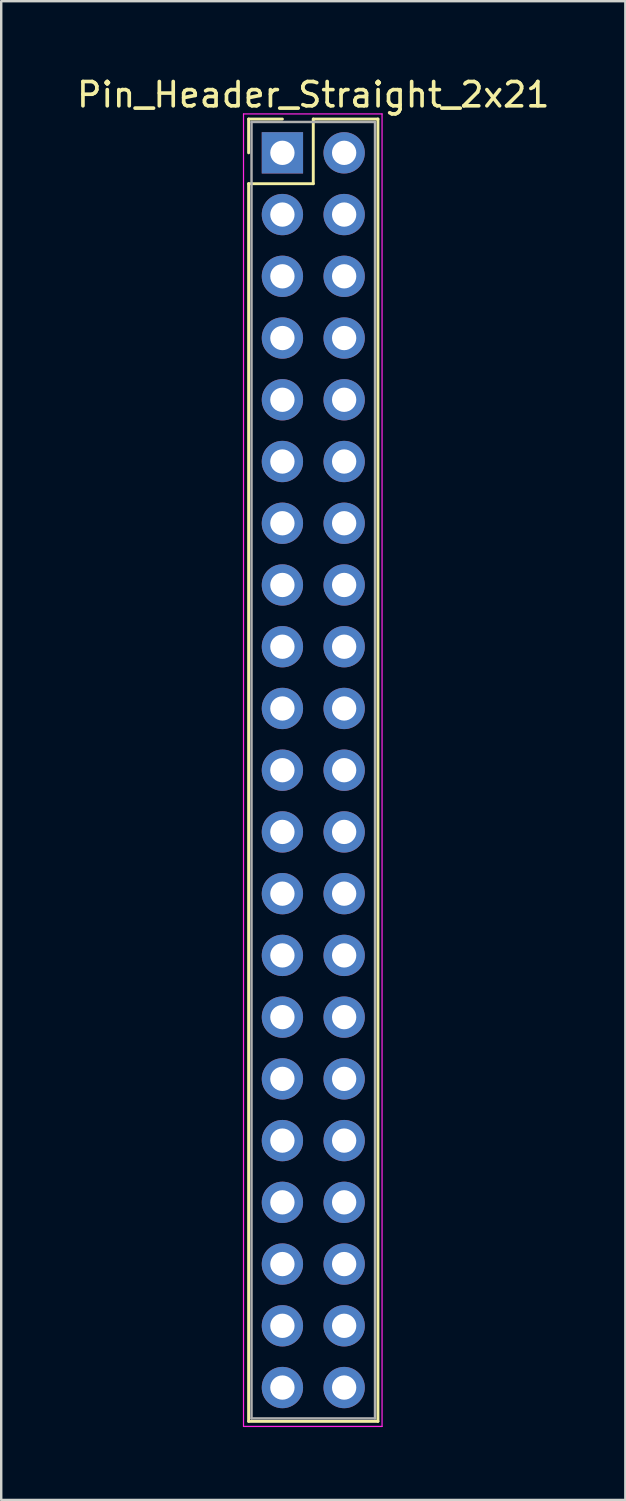
<source format=kicad_pcb>
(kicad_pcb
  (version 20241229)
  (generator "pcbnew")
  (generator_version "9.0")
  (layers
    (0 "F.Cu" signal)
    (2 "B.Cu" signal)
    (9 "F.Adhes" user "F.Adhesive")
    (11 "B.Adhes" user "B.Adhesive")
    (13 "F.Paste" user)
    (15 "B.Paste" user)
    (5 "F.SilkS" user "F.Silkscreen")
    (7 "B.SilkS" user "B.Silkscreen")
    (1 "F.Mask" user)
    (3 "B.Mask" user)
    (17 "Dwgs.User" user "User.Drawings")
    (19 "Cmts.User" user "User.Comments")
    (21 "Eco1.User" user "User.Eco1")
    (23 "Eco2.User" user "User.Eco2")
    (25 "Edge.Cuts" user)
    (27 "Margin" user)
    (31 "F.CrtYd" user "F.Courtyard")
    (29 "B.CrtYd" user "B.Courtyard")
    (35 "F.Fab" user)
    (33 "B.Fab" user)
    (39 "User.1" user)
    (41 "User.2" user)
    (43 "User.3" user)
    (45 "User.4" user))
  (footprint "Pin_Header_Straight_2x21"
    (layer "F.Cu")
    (at 8.569 3.238)
    (property "Reference" "Pin_Header_Straight_2x21" (at 1.27 -2.39 0) (layer "F.SilkS") (effects (font (size 1 1) (thickness 0.15))))
    (attr through_hole)
    (fp_line (start -1.39 -1.39) (end 0 -1.39) (stroke (width 0.12) (type solid)) (layer "F.SilkS"))
    (fp_line (start -1.39 0) (end -1.39 -1.39) (stroke (width 0.12) (type solid)) (layer "F.SilkS"))
    (fp_line (start -1.39 1.27) (end -1.39 52.19) (stroke (width 0.12) (type solid)) (layer "F.SilkS"))
    (fp_line (start -1.39 52.19) (end 3.93 52.19) (stroke (width 0.12) (type solid)) (layer "F.SilkS"))
    (fp_line (start 1.27 -1.39) (end 1.27 1.27) (stroke (width 0.12) (type solid)) (layer "F.SilkS"))
    (fp_line (start 1.27 1.27) (end -1.39 1.27) (stroke (width 0.12) (type solid)) (layer "F.SilkS"))
    (fp_line (start 3.93 -1.39) (end 1.27 -1.39) (stroke (width 0.12) (type solid)) (layer "F.SilkS"))
    (fp_line (start 3.93 52.19) (end 3.93 -1.39) (stroke (width 0.12) (type solid)) (layer "F.SilkS"))
    (fp_line (start -1.6 -1.6) (end -1.6 52.4) (stroke (width 0.05) (type solid)) (layer "F.CrtYd"))
    (fp_line (start -1.6 52.4) (end 4.1 52.4) (stroke (width 0.05) (type solid)) (layer "F.CrtYd"))
    (fp_line (start 4.1 -1.6) (end -1.6 -1.6) (stroke (width 0.05) (type solid)) (layer "F.CrtYd"))
    (fp_line (start 4.1 52.4) (end 4.1 -1.6) (stroke (width 0.05) (type solid)) (layer "F.CrtYd"))
    (fp_line (start -1.27 -1.27) (end -1.27 52.07) (stroke (width 0.1) (type solid)) (layer "F.Fab"))
    (fp_line (start -1.27 52.07) (end 3.81 52.07) (stroke (width 0.1) (type solid)) (layer "F.Fab"))
    (fp_line (start 3.81 -1.27) (end -1.27 -1.27) (stroke (width 0.1) (type solid)) (layer "F.Fab"))
    (fp_line (start 3.81 52.07) (end 3.81 -1.27) (stroke (width 0.1) (type solid)) (layer "F.Fab"))
    (pad "1" thru_hole rect (at 0 0) (size 1.7 1.7) (drill 1) (layers "*.Cu" "*.Mask"))
    (pad "2" thru_hole oval (at 2.54 0) (size 1.7 1.7) (drill 1) (layers "*.Cu" "*.Mask"))
    (pad "3" thru_hole oval (at 0 2.54) (size 1.7 1.7) (drill 1) (layers "*.Cu" "*.Mask"))
    (pad "4" thru_hole oval (at 2.54 2.54) (size 1.7 1.7) (drill 1) (layers "*.Cu" "*.Mask"))
    (pad "5" thru_hole oval (at 0 5.08) (size 1.7 1.7) (drill 1) (layers "*.Cu" "*.Mask"))
    (pad "6" thru_hole oval (at 2.54 5.08) (size 1.7 1.7) (drill 1) (layers "*.Cu" "*.Mask"))
    (pad "7" thru_hole oval (at 0 7.62) (size 1.7 1.7) (drill 1) (layers "*.Cu" "*.Mask"))
    (pad "8" thru_hole oval (at 2.54 7.62) (size 1.7 1.7) (drill 1) (layers "*.Cu" "*.Mask"))
    (pad "9" thru_hole oval (at 0 10.16) (size 1.7 1.7) (drill 1) (layers "*.Cu" "*.Mask"))
    (pad "10" thru_hole oval (at 2.54 10.16) (size 1.7 1.7) (drill 1) (layers "*.Cu" "*.Mask"))
    (pad "11" thru_hole oval (at 0 12.7) (size 1.7 1.7) (drill 1) (layers "*.Cu" "*.Mask"))
    (pad "12" thru_hole oval (at 2.54 12.7) (size 1.7 1.7) (drill 1) (layers "*.Cu" "*.Mask"))
    (pad "13" thru_hole oval (at 0 15.24) (size 1.7 1.7) (drill 1) (layers "*.Cu" "*.Mask"))
    (pad "14" thru_hole oval (at 2.54 15.24) (size 1.7 1.7) (drill 1) (layers "*.Cu" "*.Mask"))
    (pad "15" thru_hole oval (at 0 17.78) (size 1.7 1.7) (drill 1) (layers "*.Cu" "*.Mask"))
    (pad "16" thru_hole oval (at 2.54 17.78) (size 1.7 1.7) (drill 1) (layers "*.Cu" "*.Mask"))
    (pad "17" thru_hole oval (at 0 20.32) (size 1.7 1.7) (drill 1) (layers "*.Cu" "*.Mask"))
    (pad "18" thru_hole oval (at 2.54 20.32) (size 1.7 1.7) (drill 1) (layers "*.Cu" "*.Mask"))
    (pad "19" thru_hole oval (at 0 22.86) (size 1.7 1.7) (drill 1) (layers "*.Cu" "*.Mask"))
    (pad "20" thru_hole oval (at 2.54 22.86) (size 1.7 1.7) (drill 1) (layers "*.Cu" "*.Mask"))
    (pad "21" thru_hole oval (at 0 25.4) (size 1.7 1.7) (drill 1) (layers "*.Cu" "*.Mask"))
    (pad "22" thru_hole oval (at 2.54 25.4) (size 1.7 1.7) (drill 1) (layers "*.Cu" "*.Mask"))
    (pad "23" thru_hole oval (at 0 27.94) (size 1.7 1.7) (drill 1) (layers "*.Cu" "*.Mask"))
    (pad "24" thru_hole oval (at 2.54 27.94) (size 1.7 1.7) (drill 1) (layers "*.Cu" "*.Mask"))
    (pad "25" thru_hole oval (at 0 30.48) (size 1.7 1.7) (drill 1) (layers "*.Cu" "*.Mask"))
    (pad "26" thru_hole oval (at 2.54 30.48) (size 1.7 1.7) (drill 1) (layers "*.Cu" "*.Mask"))
    (pad "27" thru_hole oval (at 0 33.02) (size 1.7 1.7) (drill 1) (layers "*.Cu" "*.Mask"))
    (pad "28" thru_hole oval (at 2.54 33.02) (size 1.7 1.7) (drill 1) (layers "*.Cu" "*.Mask"))
    (pad "29" thru_hole oval (at 0 35.56) (size 1.7 1.7) (drill 1) (layers "*.Cu" "*.Mask"))
    (pad "30" thru_hole oval (at 2.54 35.56) (size 1.7 1.7) (drill 1) (layers "*.Cu" "*.Mask"))
    (pad "31" thru_hole oval (at 0 38.1) (size 1.7 1.7) (drill 1) (layers "*.Cu" "*.Mask"))
    (pad "32" thru_hole oval (at 2.54 38.1) (size 1.7 1.7) (drill 1) (layers "*.Cu" "*.Mask"))
    (pad "33" thru_hole oval (at 0 40.64) (size 1.7 1.7) (drill 1) (layers "*.Cu" "*.Mask"))
    (pad "34" thru_hole oval (at 2.54 40.64) (size 1.7 1.7) (drill 1) (layers "*.Cu" "*.Mask"))
    (pad "35" thru_hole oval (at 0 43.18) (size 1.7 1.7) (drill 1) (layers "*.Cu" "*.Mask"))
    (pad "36" thru_hole oval (at 2.54 43.18) (size 1.7 1.7) (drill 1) (layers "*.Cu" "*.Mask"))
    (pad "37" thru_hole oval (at 0 45.72) (size 1.7 1.7) (drill 1) (layers "*.Cu" "*.Mask"))
    (pad "38" thru_hole oval (at 2.54 45.72) (size 1.7 1.7) (drill 1) (layers "*.Cu" "*.Mask"))
    (pad "39" thru_hole oval (at 0 48.26) (size 1.7 1.7) (drill 1) (layers "*.Cu" "*.Mask"))
    (pad "40" thru_hole oval (at 2.54 48.26) (size 1.7 1.7) (drill 1) (layers "*.Cu" "*.Mask"))
    (pad "41" thru_hole oval (at 0 50.8) (size 1.7 1.7) (drill 1) (layers "*.Cu" "*.Mask"))
    (pad "42" thru_hole oval (at 2.54 50.8) (size 1.7 1.7) (drill 1) (layers "*.Cu" "*.Mask")))
  (gr_rect
    (start -3 -3)
    (end 22.679 58.663)
    (stroke (width 0.1) (type default))
    (fill no)
    (layer "Edge.Cuts")))
</source>
